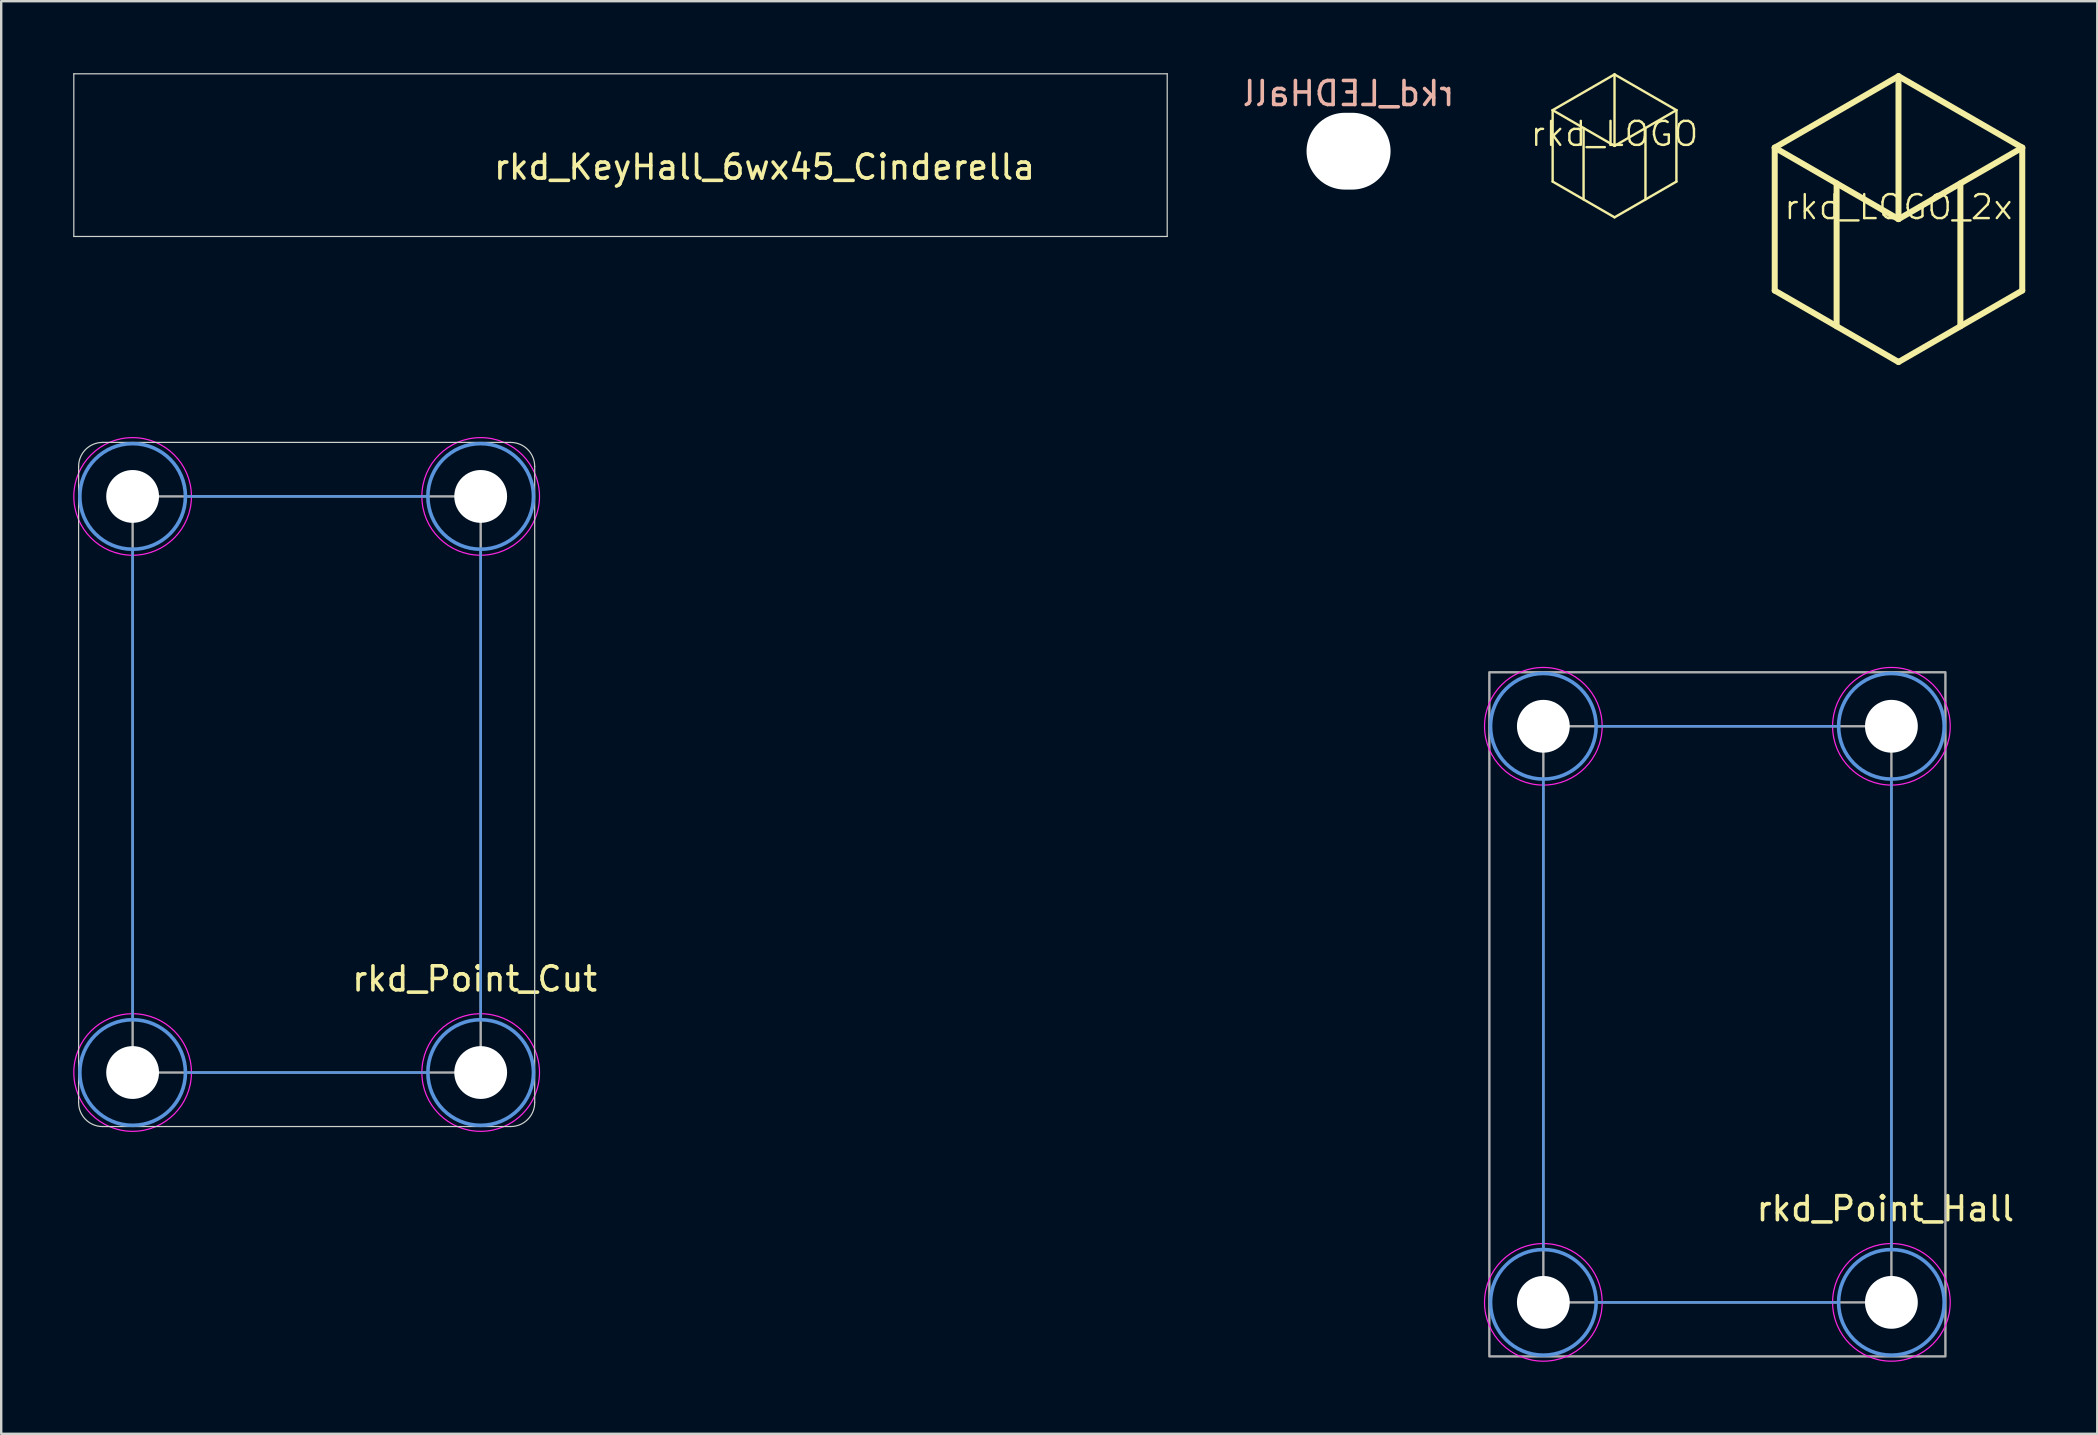
<source format=kicad_pcb>
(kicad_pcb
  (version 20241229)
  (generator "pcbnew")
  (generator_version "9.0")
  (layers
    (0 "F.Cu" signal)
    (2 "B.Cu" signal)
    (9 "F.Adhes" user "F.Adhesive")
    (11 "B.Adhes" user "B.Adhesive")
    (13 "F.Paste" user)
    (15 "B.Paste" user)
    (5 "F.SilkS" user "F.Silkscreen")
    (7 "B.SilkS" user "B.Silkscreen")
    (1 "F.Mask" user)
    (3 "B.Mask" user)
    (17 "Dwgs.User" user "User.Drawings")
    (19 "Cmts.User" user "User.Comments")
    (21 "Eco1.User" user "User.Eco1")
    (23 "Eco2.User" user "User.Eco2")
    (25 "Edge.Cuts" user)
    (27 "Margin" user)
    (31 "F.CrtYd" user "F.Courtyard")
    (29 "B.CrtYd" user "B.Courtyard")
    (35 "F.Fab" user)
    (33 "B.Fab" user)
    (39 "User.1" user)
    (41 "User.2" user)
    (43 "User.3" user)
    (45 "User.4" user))
  (footprint "rkd_LOGO"
    (layer "F.Cu")
    (at 64.21 3.027)
    (property "Reference" "rkd_LOGO" (at 0 -0.5 0) (unlocked yes) (layer "F.SilkS") (effects (font (size 1 1) (thickness 0.1))))
    (attr smd board_only exclude_from_pos_files exclude_from_bom)
    (fp_line (start -2.578 -1.488) (end -2.578 1.488) (stroke (width 0.1) (type default)) (layer "F.SilkS"))
    (fp_line (start -2.578 -1.488) (end 0 0) (stroke (width 0.1) (type default)) (layer "F.SilkS"))
    (fp_line (start -2.578 1.488) (end 0 2.977) (stroke (width 0.1) (type default)) (layer "F.SilkS"))
    (fp_line (start -1.289 -0.744) (end -1.289 2.232) (stroke (width 0.1) (type default)) (layer "F.SilkS"))
    (fp_line (start 0 -2.977) (end -2.578 -1.488) (stroke (width 0.1) (type default)) (layer "F.SilkS"))
    (fp_line (start 0 -2.977) (end 0 0) (stroke (width 0.1) (type default)) (layer "F.SilkS"))
    (fp_line (start 0 -2.977) (end 2.578 -1.488) (stroke (width 0.1) (type default)) (layer "F.SilkS"))
    (fp_line (start 0 2.977) (end 2.578 1.488) (stroke (width 0.1) (type default)) (layer "F.SilkS"))
    (fp_line (start 1.289 -0.744) (end 1.289 2.232) (stroke (width 0.1) (type default)) (layer "F.SilkS"))
    (fp_line (start 2.578 -1.488) (end 0 0) (stroke (width 0.1) (type default)) (layer "F.SilkS"))
    (fp_line (start 2.578 -1.488) (end 2.578 1.488) (stroke (width 0.1) (type default)) (layer "F.SilkS")))
  (footprint "rkd_Point_Cut"
    (layer "F.Cu")
    (at 9.725 29.631)
    (property "Reference" "rkd_Point_Cut" (at 7 8.1 0) (layer "F.SilkS") (effects (font (size 1 1) (thickness 0.15))))
    (attr through_hole)
    (fp_line (start -7.25 -9.8) (end -7.25 9.8) (stroke (width 0.1) (type default)) (layer "Cmts.User"))
    (fp_line (start -5.05 -12) (end 5.05 -12) (stroke (width 0.1) (type default)) (layer "Cmts.User"))
    (fp_line (start -5.05 12) (end 5.05 12) (stroke (width 0.1) (type default)) (layer "Cmts.User"))
    (fp_line (start 7.25 -9.8) (end 7.25 9.8) (stroke (width 0.1) (type default)) (layer "Cmts.User"))
    (fp_circle (center -7.25 -12) (end -5.05 -12) (stroke (width 0.15) (type solid)) (fill no) (layer "Cmts.User"))
    (fp_circle (center -7.25 12) (end -5.05 12) (stroke (width 0.15) (type solid)) (fill no) (layer "Cmts.User"))
    (fp_circle (center 7.25 -12) (end 9.45 -12) (stroke (width 0.15) (type solid)) (fill no) (layer "Cmts.User"))
    (fp_circle (center 7.25 12) (end 9.45 12) (stroke (width 0.15) (type solid)) (fill no) (layer "Cmts.User"))
    (fp_line (start -9.5 -13.25) (end -9.5 13.25) (stroke (width 0.05) (type default)) (layer "Edge.Cuts"))
    (fp_line (start -8.5 -14.25) (end 8.5 -14.25) (stroke (width 0.05) (type default)) (layer "Edge.Cuts"))
    (fp_line (start 8.5 14.25) (end -8.5 14.25) (stroke (width 0.05) (type default)) (layer "Edge.Cuts"))
    (fp_line (start 9.5 -13.25) (end 9.5 13.25) (stroke (width 0.05) (type default)) (layer "Edge.Cuts"))
    (fp_arc (start -9.5 -13.25) (mid -9.207107 -13.957107) (end -8.5 -14.25) (stroke (width 0.05) (type default)) (layer "Edge.Cuts"))
    (fp_arc (start -8.5 14.25) (mid -9.207107 13.957107) (end -9.5 13.25) (stroke (width 0.05) (type default)) (layer "Edge.Cuts"))
    (fp_arc (start 8.5 -14.25) (mid 9.207107 -13.957107) (end 9.5 -13.25) (stroke (width 0.05) (type default)) (layer "Edge.Cuts"))
    (fp_arc (start 9.5 13.25) (mid 9.207107 13.957107) (end 8.5 14.25) (stroke (width 0.05) (type default)) (layer "Edge.Cuts"))
    (fp_circle (center -7.25 -12) (end -4.8 -12) (stroke (width 0.05) (type solid)) (fill no) (layer "F.CrtYd"))
    (fp_circle (center -7.25 12) (end -4.8 12) (stroke (width 0.05) (type solid)) (fill no) (layer "F.CrtYd"))
    (fp_circle (center 7.25 -12) (end 9.7 -12) (stroke (width 0.05) (type solid)) (fill no) (layer "F.CrtYd"))
    (fp_circle (center 7.25 12) (end 9.7 12) (stroke (width 0.05) (type solid)) (fill no) (layer "F.CrtYd"))
    (fp_rect (start -7.25 -12) (end 7.25 12) (stroke (width 0.1) (type default)) (fill no) (layer "F.Fab"))
    (pad "" np_thru_hole circle (at -7.25 -12) (size 2.2 2.2) (drill 2.2) (layers "*.Cu" "*.Mask"))
    (pad "" np_thru_hole circle (at -7.25 12) (size 2.2 2.2) (drill 2.2) (layers "*.Cu" "*.Mask"))
    (pad "" np_thru_hole circle (at 7.25 -12) (size 2.2 2.2) (drill 2.2) (layers "*.Cu" "*.Mask"))
    (pad "" np_thru_hole circle (at 7.25 12) (size 2.2 2.2) (drill 2.2) (layers "*.Cu" "*.Mask")))
  (footprint "rkd_LEDHall"
    (layer "F.Cu")
    (at 53.13 3.248)
    (property "Reference" "rkd_LEDHall" (at 0 -2.4 0) (layer "B.SilkS") (effects (font (size 1 1) (thickness 0.15)) (justify mirror)))
    (attr smd board_only exclude_from_pos_files exclude_from_bom)
    (pad "" np_thru_hole oval (at 0 0 90) (size 3.2 3.5) (drill oval 3.2 3.5) (layers "*.Cu" "*.Mask")))
  (footprint "rkd_LOGO_2x"
    (layer "F.Cu")
    (at 76.04 6.078)
    (property "Reference" "rkd_LOGO_2x" (at 0 -0.5 0) (unlocked yes) (layer "F.SilkS") (effects (font (size 1 1) (thickness 0.1))))
    (attr smd board_only exclude_from_pos_files exclude_from_bom)
    (fp_line (start -5.156 -2.977) (end -5.156 2.977) (stroke (width 0.25) (type default)) (layer "F.SilkS"))
    (fp_line (start -5.156 -2.977) (end 0 0) (stroke (width 0.25) (type default)) (layer "F.SilkS"))
    (fp_line (start -5.156 2.977) (end 0 5.953) (stroke (width 0.25) (type default)) (layer "F.SilkS"))
    (fp_line (start -2.578 -1.488) (end -2.578 4.465) (stroke (width 0.25) (type default)) (layer "F.SilkS"))
    (fp_line (start 0 -5.953) (end -5.156 -2.977) (stroke (width 0.25) (type default)) (layer "F.SilkS"))
    (fp_line (start 0 -5.953) (end 0 0) (stroke (width 0.25) (type default)) (layer "F.SilkS"))
    (fp_line (start 0 -5.953) (end 5.156 -2.977) (stroke (width 0.25) (type default)) (layer "F.SilkS"))
    (fp_line (start 0 5.953) (end 5.156 2.977) (stroke (width 0.25) (type default)) (layer "F.SilkS"))
    (fp_line (start 2.578 -1.488) (end 2.578 4.465) (stroke (width 0.25) (type default)) (layer "F.SilkS"))
    (fp_line (start 5.156 -2.977) (end 0 0) (stroke (width 0.25) (type default)) (layer "F.SilkS"))
    (fp_line (start 5.156 -2.977) (end 5.156 2.977) (stroke (width 0.25) (type default)) (layer "F.SilkS")))
  (footprint "rkd_KeyHall_6wx45_Cinderella"
    (layer "F.Cu")
    (at 22.8 3.413)
    (property "Reference" "rkd_KeyHall_6wx45_Cinderella" (at 6 0.5 0) (layer "F.SilkS") (effects (font (size 1 1) (thickness 0.15))))
    (attr through_hole board_only exclude_from_pos_files)
    (fp_line (start -22.775 3.388) (end -22.775 -3.388) (stroke (width 0.05) (type default)) (layer "Edge.Cuts"))
    (fp_line (start 22.775 -3.388) (end -22.775 -3.388) (stroke (width 0.05) (type default)) (layer "Edge.Cuts"))
    (fp_line (start 22.775 -3.388) (end 22.775 3.388) (stroke (width 0.05) (type default)) (layer "Edge.Cuts"))
    (fp_line (start 22.775 3.388) (end -22.775 3.388) (stroke (width 0.05) (type default)) (layer "Edge.Cuts")))
  (footprint "rkd_Point_Hall"
    (layer "F.Cu")
    (at 68.495 39.206)
    (property "Reference" "rkd_Point_Hall" (at 7 8.1 0) (layer "F.SilkS") (effects (font (size 1 1) (thickness 0.15))))
    (attr through_hole)
    (fp_line (start -7.25 -9.8) (end -7.25 9.8) (stroke (width 0.1) (type default)) (layer "Cmts.User"))
    (fp_line (start -5.05 -12) (end 5.05 -12) (stroke (width 0.1) (type default)) (layer "Cmts.User"))
    (fp_line (start -5.05 12) (end 5.05 12) (stroke (width 0.1) (type default)) (layer "Cmts.User"))
    (fp_line (start 7.25 -9.8) (end 7.25 9.8) (stroke (width 0.1) (type default)) (layer "Cmts.User"))
    (fp_circle (center -7.25 -12) (end -5.05 -12) (stroke (width 0.15) (type solid)) (fill no) (layer "Cmts.User"))
    (fp_circle (center -7.25 12) (end -5.05 12) (stroke (width 0.15) (type solid)) (fill no) (layer "Cmts.User"))
    (fp_circle (center 7.25 -12) (end 9.45 -12) (stroke (width 0.15) (type solid)) (fill no) (layer "Cmts.User"))
    (fp_circle (center 7.25 12) (end 9.45 12) (stroke (width 0.15) (type solid)) (fill no) (layer "Cmts.User"))
    (fp_circle (center -7.25 -12) (end -4.8 -12) (stroke (width 0.05) (type solid)) (fill no) (layer "F.CrtYd"))
    (fp_circle (center -7.25 12) (end -4.8 12) (stroke (width 0.05) (type solid)) (fill no) (layer "F.CrtYd"))
    (fp_circle (center 7.25 -12) (end 9.7 -12) (stroke (width 0.05) (type solid)) (fill no) (layer "F.CrtYd"))
    (fp_circle (center 7.25 12) (end 9.7 12) (stroke (width 0.05) (type solid)) (fill no) (layer "F.CrtYd"))
    (fp_rect (start -43.5 -24) (end -43.5 -24) (stroke (width 0.1) (type default)) (fill no) (layer "F.Fab"))
    (fp_rect (start -43.5 -15.5) (end -43.5 -15.5) (stroke (width 0.1) (type default)) (fill no) (layer "F.Fab"))
    (fp_rect (start -9.5 -14.25) (end 9.5 14.25) (stroke (width 0.1) (type default)) (fill no) (layer "F.Fab"))
    (fp_rect (start -7.25 -12) (end 7.25 12) (stroke (width 0.1) (type default)) (fill no) (layer "F.Fab"))
    (pad "" np_thru_hole circle (at -7.25 -12) (size 2.2 2.2) (drill 2.2) (layers "*.Cu" "*.Mask"))
    (pad "" np_thru_hole circle (at -7.25 12) (size 2.2 2.2) (drill 2.2) (layers "*.Cu" "*.Mask"))
    (pad "" np_thru_hole circle (at 7.25 -12) (size 2.2 2.2) (drill 2.2) (layers "*.Cu" "*.Mask"))
    (pad "" np_thru_hole circle (at 7.25 12) (size 2.2 2.2) (drill 2.2) (layers "*.Cu" "*.Mask")))
  (gr_rect
    (start -3 -3)
    (end 84.321 56.681)
    (stroke (width 0.1) (type default))
    (fill no)
    (layer "Edge.Cuts")))
</source>
